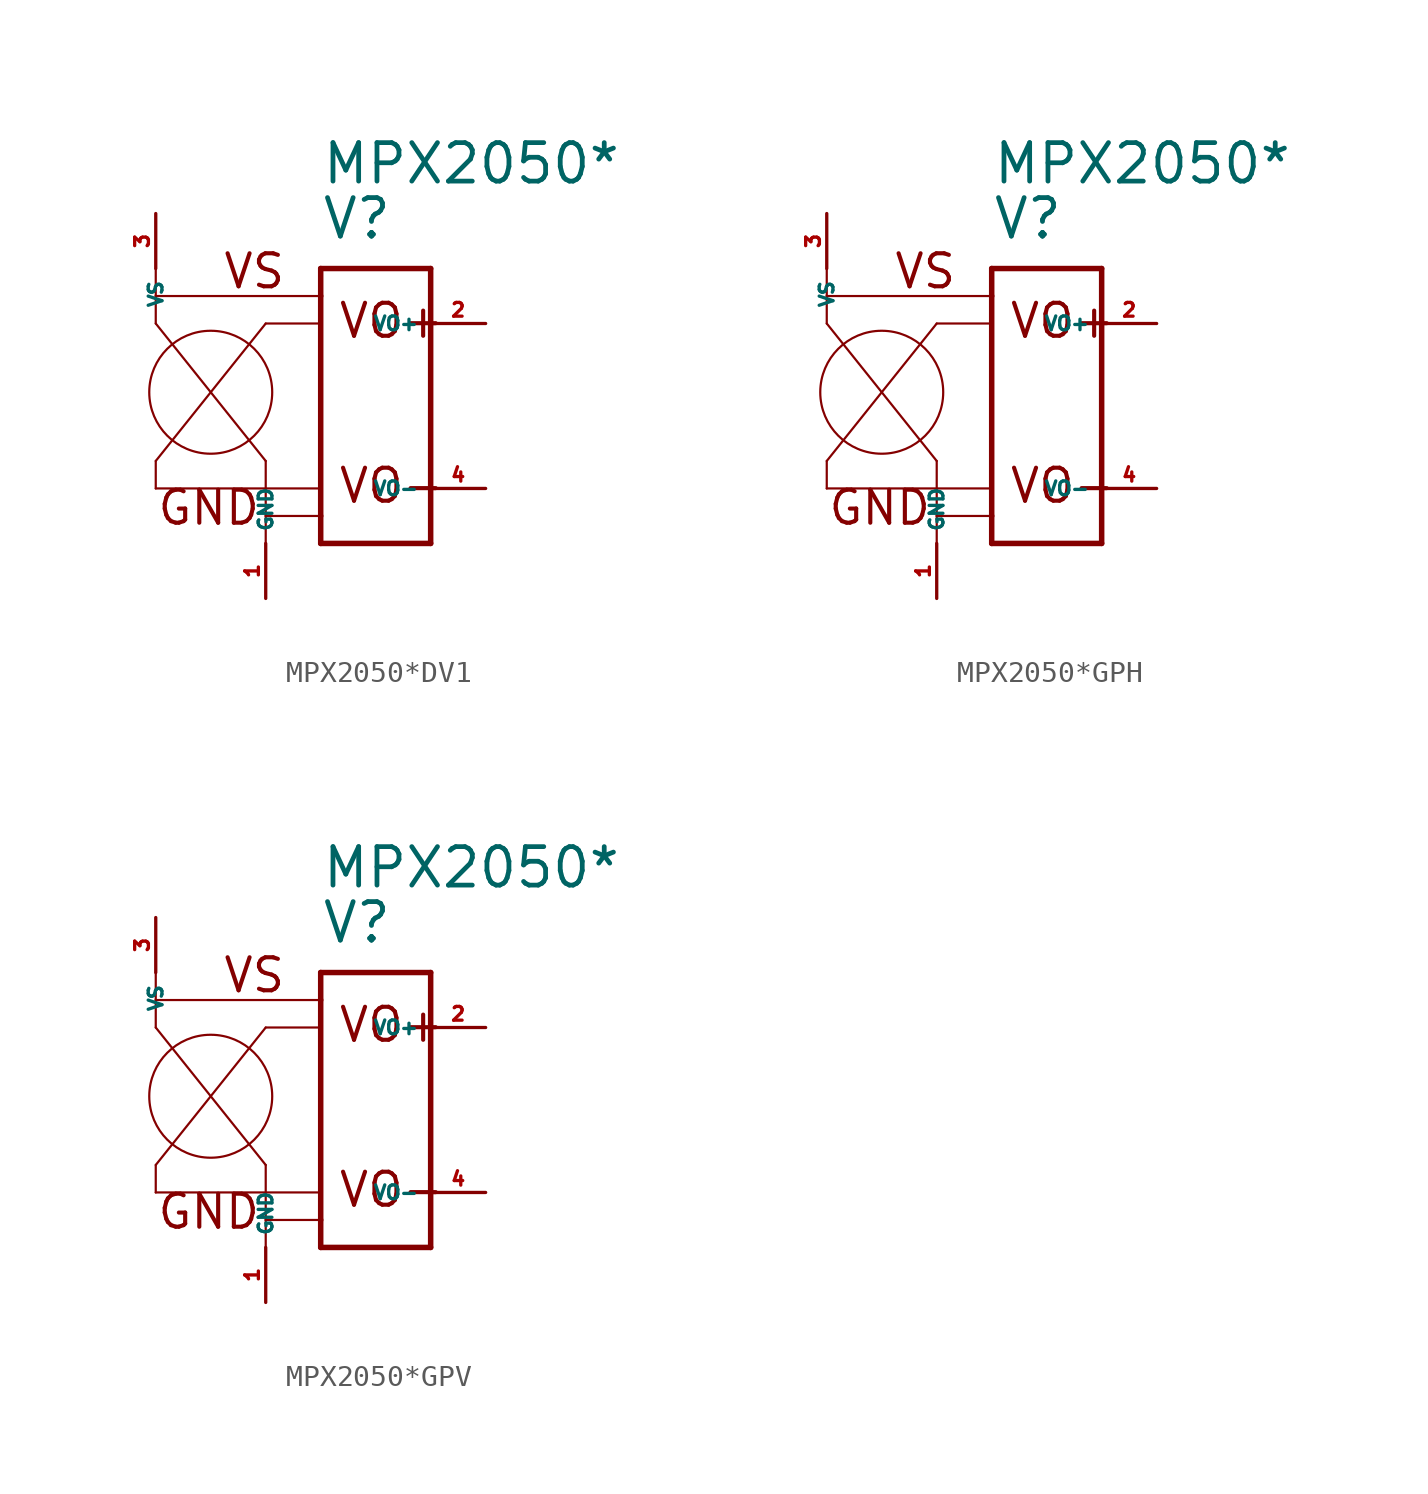
<source format=kicad_sym>
(kicad_symbol_lib
  (version 20220914)
  (generator Eagle2Kicad)
  (symbol "MPX2050*DV1"
    (property "Reference" "V"
      (at 5.08 6.35 0)
      (effects (font (size 1.778 1.778) (thickness 0.22)) (justify left bottom)))
    (property "Value" "MPX2050*"
      (at 5.08 8.89 0)
      (effects (font (size 1.778 1.778) (thickness 0.22)) (justify left bottom)))
    (polyline
      (pts (xy 5.08 2.54) (xy 2.54 2.54))
      (stroke (width 0.102) (type default))
      (fill (type none)))
    (polyline
      (pts (xy -2.54 -3.81) (xy -2.54 -5.08))
      (stroke (width 0.102) (type default))
      (fill (type none)))
    (polyline
      (pts (xy -2.54 -5.08) (xy 5.08 -5.08))
      (stroke (width 0.102) (type default))
      (fill (type none)))
    (polyline
      (pts (xy -2.54 5.08) (xy -2.54 3.81))
      (stroke (width 0.102) (type default))
      (fill (type none)))
    (polyline
      (pts (xy -2.54 3.81) (xy -2.54 2.54))
      (stroke (width 0.102) (type default))
      (fill (type none)))
    (polyline
      (pts (xy -2.54 2.54) (xy 2.54 -3.81))
      (stroke (width 0.102) (type default))
      (fill (type none)))
    (polyline
      (pts (xy 2.54 -3.81) (xy 2.54 -6.35))
      (stroke (width 0.102) (type default))
      (fill (type none)))
    (polyline
      (pts (xy 2.54 -6.35) (xy 2.54 -7.62))
      (stroke (width 0.102) (type default))
      (fill (type none)))
    (polyline
      (pts (xy -2.54 -3.81) (xy 2.54 2.54))
      (stroke (width 0.102) (type default))
      (fill (type none)))
    (polyline
      (pts (xy 5.08 5.08) (xy 10.16 5.08))
      (stroke (width 0.254) (type default))
      (fill (type none)))
    (polyline
      (pts (xy 10.16 5.08) (xy 10.16 -7.62))
      (stroke (width 0.254) (type default))
      (fill (type none)))
    (polyline
      (pts (xy 10.16 -7.62) (xy 5.08 -7.62))
      (stroke (width 0.254) (type default))
      (fill (type none)))
    (polyline
      (pts (xy 5.08 -7.62) (xy 5.08 -6.35))
      (stroke (width 0.254) (type default))
      (fill (type none)))
    (polyline
      (pts (xy 5.08 -6.35) (xy 5.08 3.81))
      (stroke (width 0.254) (type default))
      (fill (type none)))
    (polyline
      (pts (xy 5.08 3.81) (xy 5.08 5.08))
      (stroke (width 0.254) (type default))
      (fill (type none)))
    (polyline
      (pts (xy -2.54 3.81) (xy 5.08 3.81))
      (stroke (width 0.102) (type default))
      (fill (type none)))
    (polyline
      (pts (xy 2.54 -6.35) (xy 5.08 -6.35))
      (stroke (width 0.102) (type default))
      (fill (type none)))
    (text "VS"
      (at 0.508 4.064 0)
      (effects (font (size 1.524 1.524) (thickness 0.19)) (justify left bottom)))
    (text "GND"
      (at -2.54 -6.858 0)
      (effects (font (size 1.524 1.524) (thickness 0.19)) (justify left bottom)))
    (text "VO+"
      (at 5.842 1.778 0)
      (effects (font (size 1.524 1.524) (thickness 0.19)) (justify left bottom)))
    (text "VO-"
      (at 5.842 -5.842 0)
      (effects (font (size 1.524 1.524) (thickness 0.19)) (justify left bottom)))
    (circle
      (center 0 -0.635)
      (radius 2.84)
      (stroke (width 0.102) (type default))
      (fill (type none)))
    (pin passive line
      (at -2.54 7.62 270)
      (length 2.54)
      (name "VS" (effects (font (size 0.635 0.635) (thickness 0.08)) (justify left bottom)))
      (number "3" (effects (font (size 0.635 0.635) (thickness 0.08)) (justify left bottom))))
    (pin passive line
      (at 2.54 -10.16 90)
      (length 2.54)
      (name "GND" (effects (font (size 0.635 0.635) (thickness 0.08)) (justify left bottom)))
      (number "1" (effects (font (size 0.635 0.635) (thickness 0.08)) (justify left bottom))))
    (pin passive line
      (at 12.7 2.54 180)
      (length 2.54)
      (name "VO+" (effects (font (size 0.635 0.635) (thickness 0.08)) (justify left bottom)))
      (number "2" (effects (font (size 0.635 0.635) (thickness 0.08)) (justify left bottom))))
    (pin passive line
      (at 12.7 -5.08 180)
      (length 2.54)
      (name "VO-" (effects (font (size 0.635 0.635) (thickness 0.08)) (justify left bottom)))
      (number "4" (effects (font (size 0.635 0.635) (thickness 0.08)) (justify left bottom)))))
  (symbol "MPX2050*GPH"
    (property "Reference" "V"
      (at 5.08 6.35 0)
      (effects (font (size 1.778 1.778) (thickness 0.22)) (justify left bottom)))
    (property "Value" "MPX2050*"
      (at 5.08 8.89 0)
      (effects (font (size 1.778 1.778) (thickness 0.22)) (justify left bottom)))
    (polyline
      (pts (xy 5.08 2.54) (xy 2.54 2.54))
      (stroke (width 0.102) (type default))
      (fill (type none)))
    (polyline
      (pts (xy -2.54 -3.81) (xy -2.54 -5.08))
      (stroke (width 0.102) (type default))
      (fill (type none)))
    (polyline
      (pts (xy -2.54 -5.08) (xy 5.08 -5.08))
      (stroke (width 0.102) (type default))
      (fill (type none)))
    (polyline
      (pts (xy -2.54 5.08) (xy -2.54 3.81))
      (stroke (width 0.102) (type default))
      (fill (type none)))
    (polyline
      (pts (xy -2.54 3.81) (xy -2.54 2.54))
      (stroke (width 0.102) (type default))
      (fill (type none)))
    (polyline
      (pts (xy -2.54 2.54) (xy 2.54 -3.81))
      (stroke (width 0.102) (type default))
      (fill (type none)))
    (polyline
      (pts (xy 2.54 -3.81) (xy 2.54 -6.35))
      (stroke (width 0.102) (type default))
      (fill (type none)))
    (polyline
      (pts (xy 2.54 -6.35) (xy 2.54 -7.62))
      (stroke (width 0.102) (type default))
      (fill (type none)))
    (polyline
      (pts (xy -2.54 -3.81) (xy 2.54 2.54))
      (stroke (width 0.102) (type default))
      (fill (type none)))
    (polyline
      (pts (xy 5.08 5.08) (xy 10.16 5.08))
      (stroke (width 0.254) (type default))
      (fill (type none)))
    (polyline
      (pts (xy 10.16 5.08) (xy 10.16 -7.62))
      (stroke (width 0.254) (type default))
      (fill (type none)))
    (polyline
      (pts (xy 10.16 -7.62) (xy 5.08 -7.62))
      (stroke (width 0.254) (type default))
      (fill (type none)))
    (polyline
      (pts (xy 5.08 -7.62) (xy 5.08 -6.35))
      (stroke (width 0.254) (type default))
      (fill (type none)))
    (polyline
      (pts (xy 5.08 -6.35) (xy 5.08 3.81))
      (stroke (width 0.254) (type default))
      (fill (type none)))
    (polyline
      (pts (xy 5.08 3.81) (xy 5.08 5.08))
      (stroke (width 0.254) (type default))
      (fill (type none)))
    (polyline
      (pts (xy -2.54 3.81) (xy 5.08 3.81))
      (stroke (width 0.102) (type default))
      (fill (type none)))
    (polyline
      (pts (xy 2.54 -6.35) (xy 5.08 -6.35))
      (stroke (width 0.102) (type default))
      (fill (type none)))
    (text "VS"
      (at 0.508 4.064 0)
      (effects (font (size 1.524 1.524) (thickness 0.19)) (justify left bottom)))
    (text "GND"
      (at -2.54 -6.858 0)
      (effects (font (size 1.524 1.524) (thickness 0.19)) (justify left bottom)))
    (text "VO+"
      (at 5.842 1.778 0)
      (effects (font (size 1.524 1.524) (thickness 0.19)) (justify left bottom)))
    (text "VO-"
      (at 5.842 -5.842 0)
      (effects (font (size 1.524 1.524) (thickness 0.19)) (justify left bottom)))
    (circle
      (center 0 -0.635)
      (radius 2.84)
      (stroke (width 0.102) (type default))
      (fill (type none)))
    (pin passive line
      (at -2.54 7.62 270)
      (length 2.54)
      (name "VS" (effects (font (size 0.635 0.635) (thickness 0.08)) (justify left bottom)))
      (number "3" (effects (font (size 0.635 0.635) (thickness 0.08)) (justify left bottom))))
    (pin passive line
      (at 2.54 -10.16 90)
      (length 2.54)
      (name "GND" (effects (font (size 0.635 0.635) (thickness 0.08)) (justify left bottom)))
      (number "1" (effects (font (size 0.635 0.635) (thickness 0.08)) (justify left bottom))))
    (pin passive line
      (at 12.7 2.54 180)
      (length 2.54)
      (name "VO+" (effects (font (size 0.635 0.635) (thickness 0.08)) (justify left bottom)))
      (number "2" (effects (font (size 0.635 0.635) (thickness 0.08)) (justify left bottom))))
    (pin passive line
      (at 12.7 -5.08 180)
      (length 2.54)
      (name "VO-" (effects (font (size 0.635 0.635) (thickness 0.08)) (justify left bottom)))
      (number "4" (effects (font (size 0.635 0.635) (thickness 0.08)) (justify left bottom)))))
  (symbol "MPX2050*GPV"
    (property "Reference" "V"
      (at 5.08 6.35 0)
      (effects (font (size 1.778 1.778) (thickness 0.22)) (justify left bottom)))
    (property "Value" "MPX2050*"
      (at 5.08 8.89 0)
      (effects (font (size 1.778 1.778) (thickness 0.22)) (justify left bottom)))
    (polyline
      (pts (xy 5.08 2.54) (xy 2.54 2.54))
      (stroke (width 0.102) (type default))
      (fill (type none)))
    (polyline
      (pts (xy -2.54 -3.81) (xy -2.54 -5.08))
      (stroke (width 0.102) (type default))
      (fill (type none)))
    (polyline
      (pts (xy -2.54 -5.08) (xy 5.08 -5.08))
      (stroke (width 0.102) (type default))
      (fill (type none)))
    (polyline
      (pts (xy -2.54 5.08) (xy -2.54 3.81))
      (stroke (width 0.102) (type default))
      (fill (type none)))
    (polyline
      (pts (xy -2.54 3.81) (xy -2.54 2.54))
      (stroke (width 0.102) (type default))
      (fill (type none)))
    (polyline
      (pts (xy -2.54 2.54) (xy 2.54 -3.81))
      (stroke (width 0.102) (type default))
      (fill (type none)))
    (polyline
      (pts (xy 2.54 -3.81) (xy 2.54 -6.35))
      (stroke (width 0.102) (type default))
      (fill (type none)))
    (polyline
      (pts (xy 2.54 -6.35) (xy 2.54 -7.62))
      (stroke (width 0.102) (type default))
      (fill (type none)))
    (polyline
      (pts (xy -2.54 -3.81) (xy 2.54 2.54))
      (stroke (width 0.102) (type default))
      (fill (type none)))
    (polyline
      (pts (xy 5.08 5.08) (xy 10.16 5.08))
      (stroke (width 0.254) (type default))
      (fill (type none)))
    (polyline
      (pts (xy 10.16 5.08) (xy 10.16 -7.62))
      (stroke (width 0.254) (type default))
      (fill (type none)))
    (polyline
      (pts (xy 10.16 -7.62) (xy 5.08 -7.62))
      (stroke (width 0.254) (type default))
      (fill (type none)))
    (polyline
      (pts (xy 5.08 -7.62) (xy 5.08 -6.35))
      (stroke (width 0.254) (type default))
      (fill (type none)))
    (polyline
      (pts (xy 5.08 -6.35) (xy 5.08 3.81))
      (stroke (width 0.254) (type default))
      (fill (type none)))
    (polyline
      (pts (xy 5.08 3.81) (xy 5.08 5.08))
      (stroke (width 0.254) (type default))
      (fill (type none)))
    (polyline
      (pts (xy -2.54 3.81) (xy 5.08 3.81))
      (stroke (width 0.102) (type default))
      (fill (type none)))
    (polyline
      (pts (xy 2.54 -6.35) (xy 5.08 -6.35))
      (stroke (width 0.102) (type default))
      (fill (type none)))
    (text "VS"
      (at 0.508 4.064 0)
      (effects (font (size 1.524 1.524) (thickness 0.19)) (justify left bottom)))
    (text "GND"
      (at -2.54 -6.858 0)
      (effects (font (size 1.524 1.524) (thickness 0.19)) (justify left bottom)))
    (text "VO+"
      (at 5.842 1.778 0)
      (effects (font (size 1.524 1.524) (thickness 0.19)) (justify left bottom)))
    (text "VO-"
      (at 5.842 -5.842 0)
      (effects (font (size 1.524 1.524) (thickness 0.19)) (justify left bottom)))
    (circle
      (center 0 -0.635)
      (radius 2.84)
      (stroke (width 0.102) (type default))
      (fill (type none)))
    (pin passive line
      (at -2.54 7.62 270)
      (length 2.54)
      (name "VS" (effects (font (size 0.635 0.635) (thickness 0.08)) (justify left bottom)))
      (number "3" (effects (font (size 0.635 0.635) (thickness 0.08)) (justify left bottom))))
    (pin passive line
      (at 2.54 -10.16 90)
      (length 2.54)
      (name "GND" (effects (font (size 0.635 0.635) (thickness 0.08)) (justify left bottom)))
      (number "1" (effects (font (size 0.635 0.635) (thickness 0.08)) (justify left bottom))))
    (pin passive line
      (at 12.7 2.54 180)
      (length 2.54)
      (name "VO+" (effects (font (size 0.635 0.635) (thickness 0.08)) (justify left bottom)))
      (number "2" (effects (font (size 0.635 0.635) (thickness 0.08)) (justify left bottom))))
    (pin passive line
      (at 12.7 -5.08 180)
      (length 2.54)
      (name "VO-" (effects (font (size 0.635 0.635) (thickness 0.08)) (justify left bottom)))
      (number "4" (effects (font (size 0.635 0.635) (thickness 0.08)) (justify left bottom))))))
</source>
